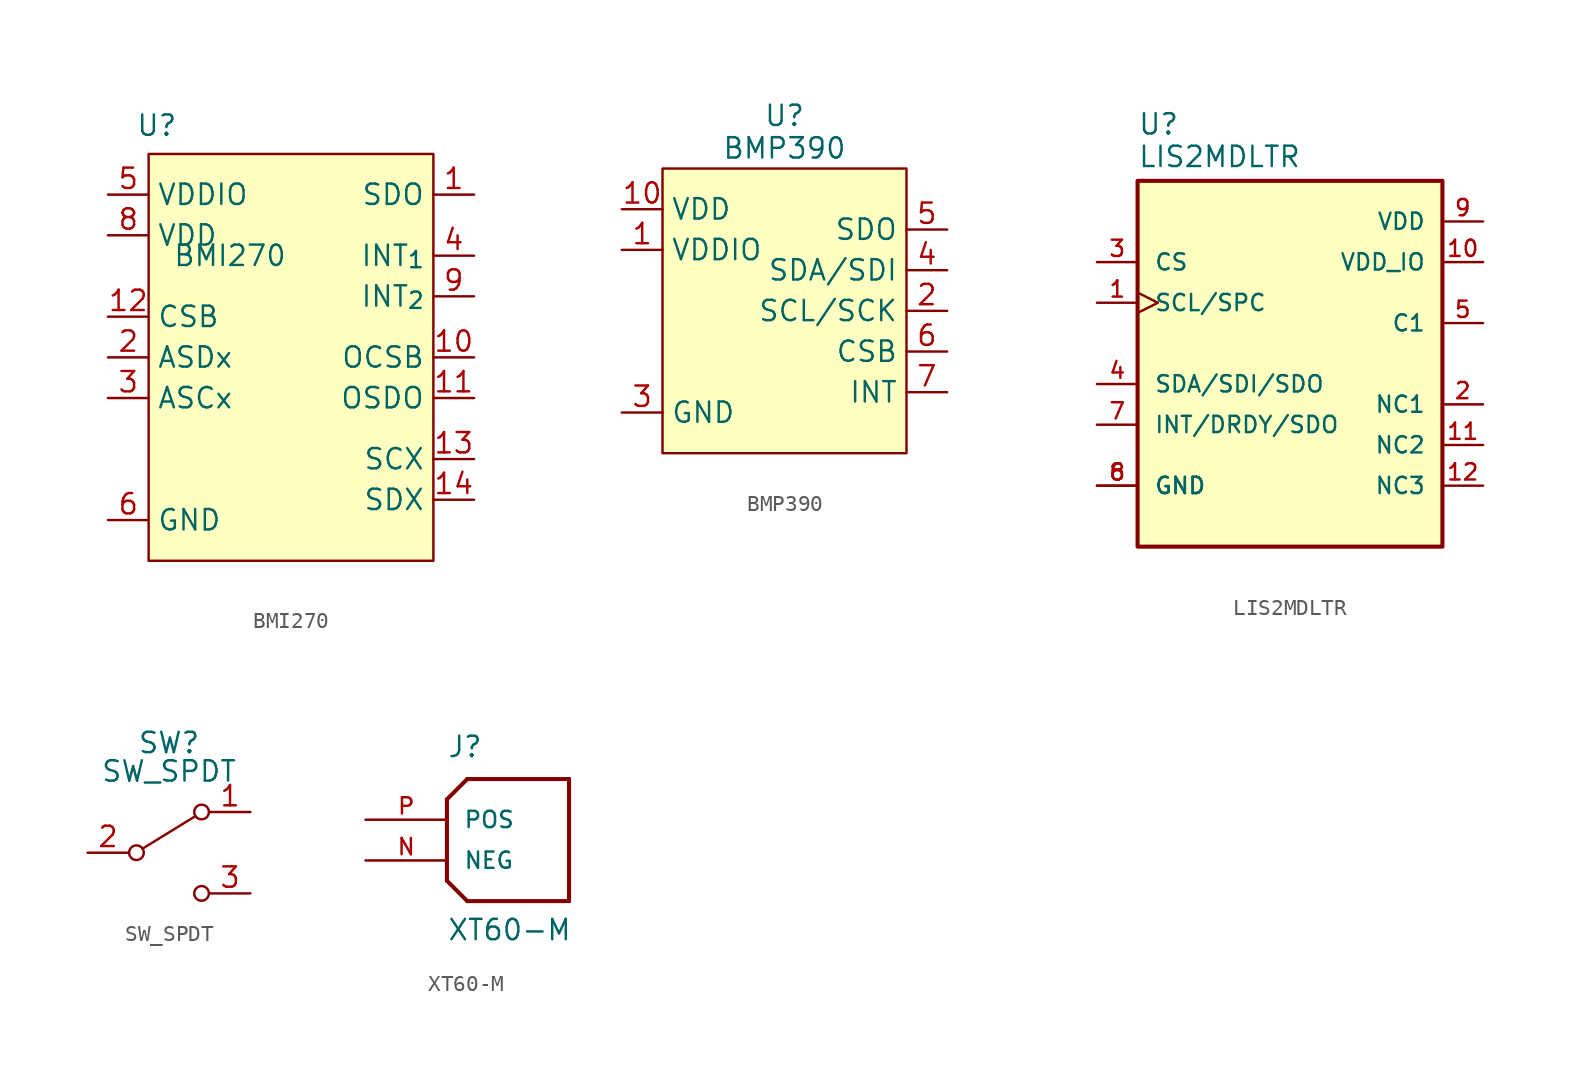
<source format=kicad_sym>
(kicad_symbol_lib
  (version 20241209)
  (generator "kicad_symbol_editor")
  (generator_version "9.0")
  (symbol "BMI270"
    (property "Reference" "U"
      (at -4.572 8.128 0)
      (effects (font (size 1.27 1.27))))
    (property "Value" "BMI270"
      (at 0 0 0)
      (effects (font (size 1.27 1.27))))
    (symbol "BMI270_1_1"
      (rectangle (start -5.08 6.35) (end 12.7 -19.05) (stroke (width 0) (type solid)) (fill (type background)))
      (pin input line (at -7.62 3.81 0) (length 2.54) (name "VDDIO" (effects (font (size 1.27 1.27)))) (number "5" (effects (font (size 1.27 1.27)))))
      (pin input line (at -7.62 1.27 0) (length 2.54) (name "VDD" (effects (font (size 1.27 1.27)))) (number "8" (effects (font (size 1.27 1.27)))))
      (pin input line (at -7.62 -3.81 0) (length 2.54) (name "CSB" (effects (font (size 1.27 1.27)))) (number "12" (effects (font (size 1.27 1.27)))))
      (pin input line (at -7.62 -6.35 0) (length 2.54) (name "ASDx" (effects (font (size 1.27 1.27)))) (number "2" (effects (font (size 1.27 1.27)))))
      (pin input line (at -7.62 -8.89 0) (length 2.54) (name "ASCx" (effects (font (size 1.27 1.27)))) (number "3" (effects (font (size 1.27 1.27)))))
      (pin input line (at -7.62 -16.51 0) (length 2.54) (name "GND" (effects (font (size 1.27 1.27)))) (number "6" (effects (font (size 1.27 1.27)))))
      (pin input line (at 15.24 3.81 180) (length 2.54) (name "SDO" (effects (font (size 1.27 1.27)))) (number "1" (effects (font (size 1.27 1.27)))))
      (pin input line (at 15.24 0 180) (length 2.54) (name "INT_{1}" (effects (font (size 1.27 1.27)))) (number "4" (effects (font (size 1.27 1.27)))))
      (pin input line (at 15.24 -2.54 180) (length 2.54) (name "INT_{2}" (effects (font (size 1.27 1.27)))) (number "9" (effects (font (size 1.27 1.27)))))
      (pin input line (at 15.24 -6.35 180) (length 2.54) (name "OCSB" (effects (font (size 1.27 1.27)))) (number "10" (effects (font (size 1.27 1.27)))))
      (pin input line (at 15.24 -8.89 180) (length 2.54) (name "OSDO" (effects (font (size 1.27 1.27)))) (number "11" (effects (font (size 1.27 1.27)))))
      (pin input line (at 15.24 -12.7 180) (length 2.54) (name "SCX" (effects (font (size 1.27 1.27)))) (number "13" (effects (font (size 1.27 1.27)))))
      (pin input line (at 15.24 -15.24 180) (length 2.54) (name "SDX" (effects (font (size 1.27 1.27)))) (number "14" (effects (font (size 1.27 1.27)))))))
  (symbol "BMP390"
    (property "Reference" "U"
      (at 0 12.192 0)
      (effects (font (size 1.27 1.27))))
    (property "Value" "BMP390"
      (at 0 10.16 0)
      (effects (font (size 1.27 1.27))))
    (symbol "BMP390_1_1"
      (rectangle (start -7.62 8.89) (end 7.62 -8.89) (stroke (width 0) (type solid)) (fill (type background)))
      (pin input line (at -10.16 6.35 0) (length 2.54) (name "VDD" (effects (font (size 1.27 1.27)))) (number "10" (effects (font (size 1.27 1.27)))))
      (pin input line (at -10.16 3.81 0) (length 2.54) (name "VDDIO" (effects (font (size 1.27 1.27)))) (number "1" (effects (font (size 1.27 1.27)))))
      (pin input line (at -10.16 -6.35 0) (length 2.54) (name "GND" (effects (font (size 1.27 1.27)))) (number "3" (effects (font (size 1.27 1.27)))))
      (pin input line (at 10.16 5.08 180) (length 2.54) (name "SDO" (effects (font (size 1.27 1.27)))) (number "5" (effects (font (size 1.27 1.27)))))
      (pin input line (at 10.16 2.54 180) (length 2.54) (name "SDA/SDI" (effects (font (size 1.27 1.27)))) (number "4" (effects (font (size 1.27 1.27)))))
      (pin input line (at 10.16 0 180) (length 2.54) (name "SCL/SCK" (effects (font (size 1.27 1.27)))) (number "2" (effects (font (size 1.27 1.27)))))
      (pin input line (at 10.16 -2.54 180) (length 2.54) (name "CSB" (effects (font (size 1.27 1.27)))) (number "6" (effects (font (size 1.27 1.27)))))
      (pin input line (at 10.16 -5.08 180) (length 2.54) (name "INT" (effects (font (size 1.27 1.27)))) (number "7" (effects (font (size 1.27 1.27)))))))
  (symbol "LIS2MDLTR"
    (pin_names
      (offset 1.016))
    (property "Reference" "U"
      (at -15.24 14.224 0)
      (effects (font (size 1.27 1.27)) (justify left bottom)))
    (property "Value" "LIS2MDLTR"
      (at -15.24 12.192 0)
      (effects (font (size 1.27 1.27)) (justify left bottom)))
    (symbol "LIS2MDLTR_0_0"
      (rectangle (start -15.24 11.43) (end 3.81 -11.43) (stroke (width 0.254) (type default)) (fill (type background)))
      (pin input line (at -17.78 6.35 0) (length 2.54) (name "CS" (effects (font (size 1.016 1.016)))) (number "3" (effects (font (size 1.016 1.016)))))
      (pin input clock (at -17.78 3.81 0) (length 2.54) (name "SCL/SPC" (effects (font (size 1.016 1.016)))) (number "1" (effects (font (size 1.016 1.016)))))
      (pin bidirectional line (at -17.78 -1.27 0) (length 2.54) (name "SDA/SDI/SDO" (effects (font (size 1.016 1.016)))) (number "4" (effects (font (size 1.016 1.016)))))
      (pin bidirectional line (at -17.78 -3.81 0) (length 2.54) (name "INT/DRDY/SDO" (effects (font (size 1.016 1.016)))) (number "7" (effects (font (size 1.016 1.016)))))
      (pin power_in line (at -17.78 -7.62 0) (length 2.54) (name "GND" (effects (font (size 1.016 1.016)))) (number "6" (effects (font (size 1.016 1.016)))))
      (pin power_in line (at -17.78 -7.62 0) (length 2.54) (name "GND" (effects (font (size 1.016 1.016)))) (number "8" (effects (font (size 1.016 1.016)))))
      (pin power_in line (at 6.35 8.89 180) (length 2.54) (name "VDD" (effects (font (size 1.016 1.016)))) (number "9" (effects (font (size 1.016 1.016)))))
      (pin power_in line (at 6.35 6.35 180) (length 2.54) (name "VDD_IO" (effects (font (size 1.016 1.016)))) (number "10" (effects (font (size 1.016 1.016)))))
      (pin passive line (at 6.35 2.54 180) (length 2.54) (name "C1" (effects (font (size 1.016 1.016)))) (number "5" (effects (font (size 1.016 1.016)))))
      (pin passive line (at 6.35 -2.54 180) (length 2.54) (name "NC1" (effects (font (size 1.016 1.016)))) (number "2" (effects (font (size 1.016 1.016)))))
      (pin passive line (at 6.35 -5.08 180) (length 2.54) (name "NC2" (effects (font (size 1.016 1.016)))) (number "11" (effects (font (size 1.016 1.016)))))
      (pin passive line (at 6.35 -7.62 180) (length 2.54) (name "NC3" (effects (font (size 1.016 1.016)))) (number "12" (effects (font (size 1.016 1.016)))))))
  (symbol "SW_SPDT"
    (property "Reference" "SW"
      (at 0 1.778 0)
      (effects (font (size 1.27 1.27))))
    (property "Value" "SW_SPDT"
      (at 0 0 0)
      (effects (font (size 1.27 1.27))))
    (symbol "SW_SPDT_0_1"
      (circle (center -2.032 -5.08) (radius 0.457) (stroke (width 0) (type default)) (fill (type none)))
      (polyline (pts (xy -1.651 -4.826) (xy 1.651 -2.794)) (stroke (width 0) (type default)) (fill (type none)))
      (circle (center 2.032 -2.54) (radius 0.457) (stroke (width 0) (type default)) (fill (type none)))
      (circle (center 2.032 -7.62) (radius 0.457) (stroke (width 0) (type default)) (fill (type none))))
    (symbol "SW_SPDT_1_1"
      (pin passive line (at -5.08 -5.08 0) (length 2.54) (name "" (effects (font (size 1.27 1.27)))) (number "2" (effects (font (size 1.27 1.27)))))
      (pin passive line (at 5.08 -2.54 180) (length 2.54) (name "" (effects (font (size 1.27 1.27)))) (number "1" (effects (font (size 1.27 1.27)))))
      (pin passive line (at 5.08 -7.62 180) (length 2.54) (name "" (effects (font (size 1.27 1.27)))) (number "3" (effects (font (size 1.27 1.27)))))))
  (symbol "XT60-M"
    (pin_names
      (offset 1.016))
    (property "Reference" "J"
      (at 0 6.35 0)
      (effects (font (size 1.27 1.27)) (justify left bottom)))
    (property "Value" "XT60-M"
      (at 0 -5.08 0)
      (effects (font (size 1.27 1.27)) (justify left bottom)))
    (symbol "XT60-M_0_0"
      (polyline (pts (xy 0 3.81) (xy 0 2.54)) (stroke (width 0.254) (type default)) (fill (type none)))
      (polyline (pts (xy 0 3.81) (xy 1.27 5.08)) (stroke (width 0.254) (type default)) (fill (type none)))
      (polyline (pts (xy 0 2.54) (xy 0 -1.27)) (stroke (width 0.254) (type default)) (fill (type none)))
      (polyline (pts (xy 0 -1.27) (xy 1.27 -2.54)) (stroke (width 0.254) (type default)) (fill (type none)))
      (polyline (pts (xy 1.27 -2.54) (xy 7.62 -2.54)) (stroke (width 0.254) (type default)) (fill (type none)))
      (polyline (pts (xy 7.62 5.08) (xy 1.27 5.08)) (stroke (width 0.254) (type default)) (fill (type none)))
      (polyline (pts (xy 7.62 -2.54) (xy 7.62 5.08)) (stroke (width 0.254) (type default)) (fill (type none)))
      (pin passive line (at -5.08 2.54 0) (length 5.08) (name "POS" (effects (font (size 1.016 1.016)))) (number "P" (effects (font (size 1.016 1.016)))))
      (pin passive line (at -5.08 0 0) (length 5.08) (name "NEG" (effects (font (size 1.016 1.016)))) (number "N" (effects (font (size 1.016 1.016))))))))
</source>
